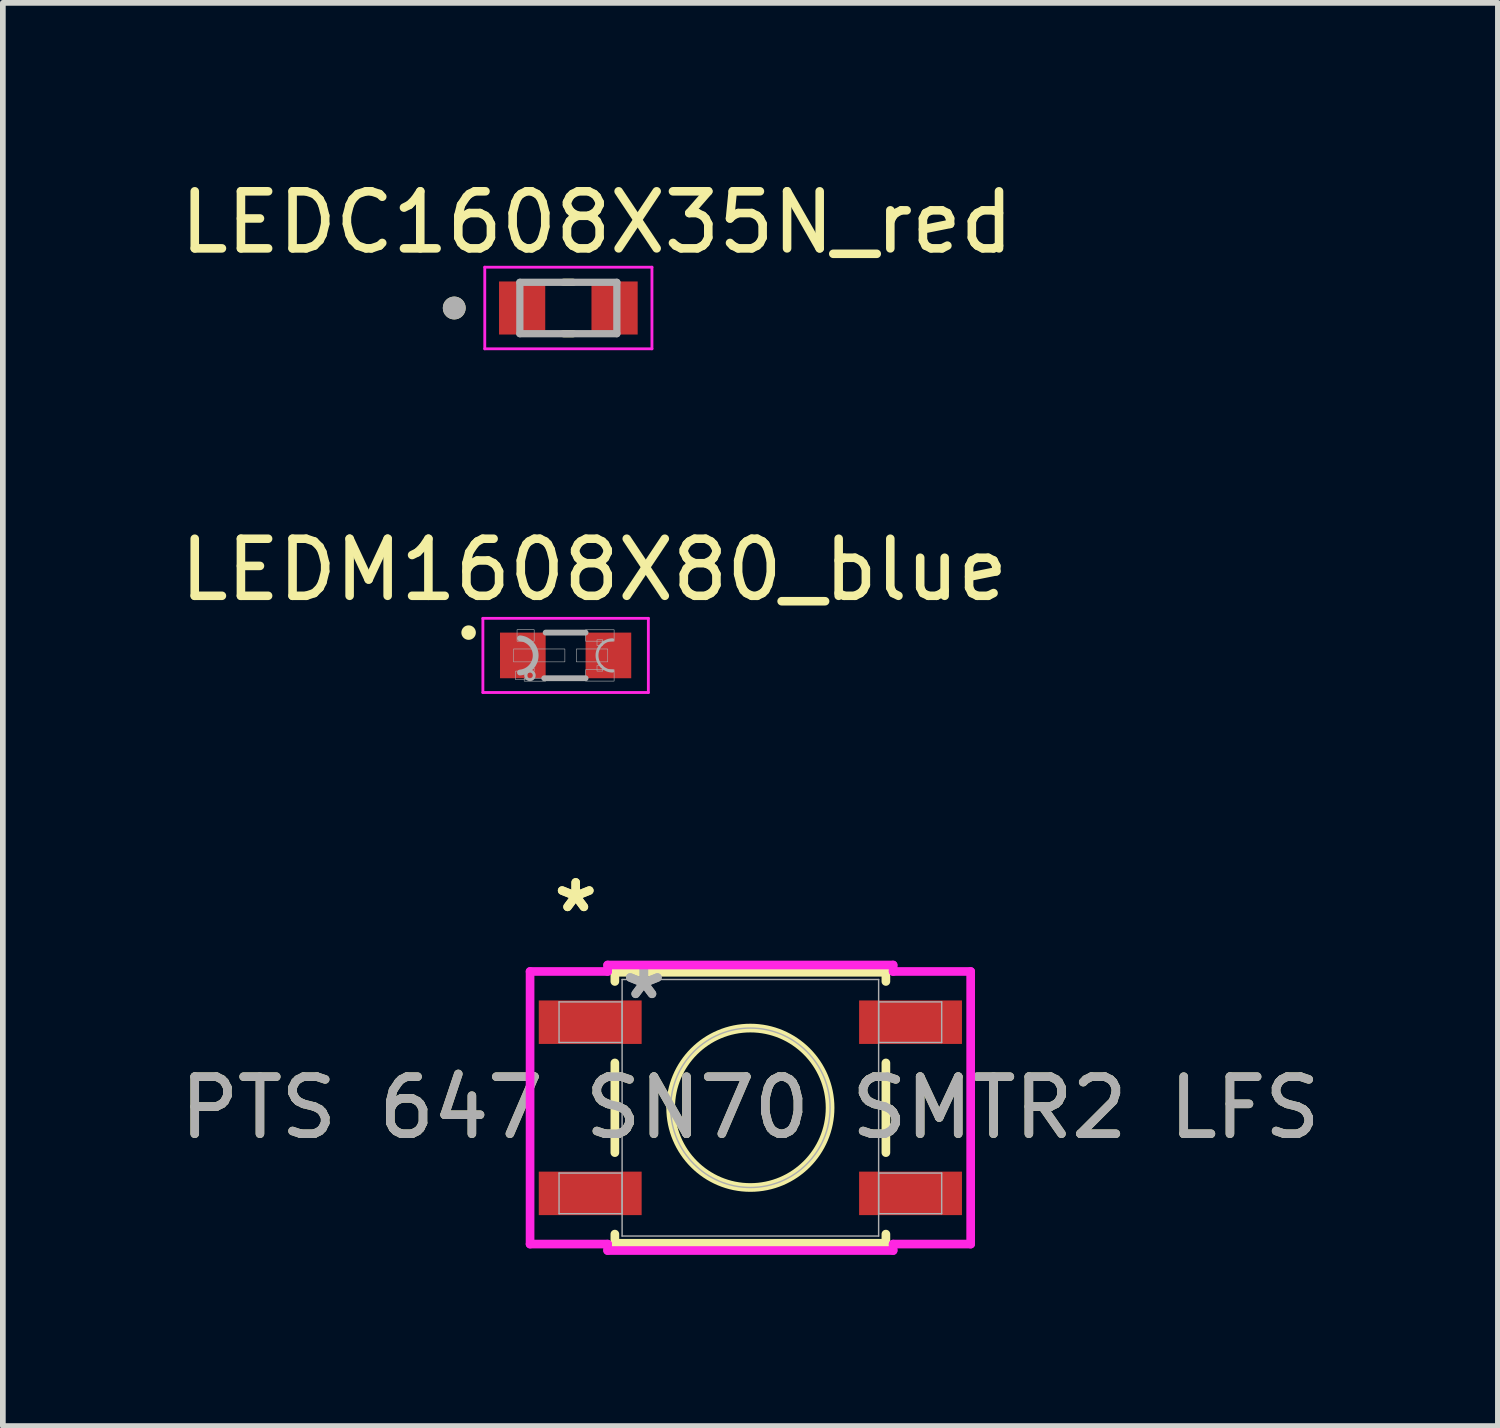
<source format=kicad_pcb>
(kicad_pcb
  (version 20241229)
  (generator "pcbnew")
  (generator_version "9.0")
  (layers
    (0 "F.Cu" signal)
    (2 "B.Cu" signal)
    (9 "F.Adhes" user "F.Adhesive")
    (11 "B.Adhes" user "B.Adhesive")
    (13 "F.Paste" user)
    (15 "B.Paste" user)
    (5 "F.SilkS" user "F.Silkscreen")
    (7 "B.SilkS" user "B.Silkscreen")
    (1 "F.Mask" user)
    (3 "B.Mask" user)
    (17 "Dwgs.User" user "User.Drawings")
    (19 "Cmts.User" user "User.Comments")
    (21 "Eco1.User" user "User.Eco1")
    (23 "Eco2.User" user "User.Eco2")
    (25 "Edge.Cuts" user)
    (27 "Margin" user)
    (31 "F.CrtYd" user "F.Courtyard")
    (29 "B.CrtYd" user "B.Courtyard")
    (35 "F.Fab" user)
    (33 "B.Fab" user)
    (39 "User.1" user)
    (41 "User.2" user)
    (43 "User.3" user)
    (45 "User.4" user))
  (footprint "PTS 647 SN70 SMTR2 LFS"
    (layer "F.Cu")
    (at 10.101 16.365)
    (property "Reference" "PTS 647 SN70 SMTR2 LFS" (at 0 0 0) (unlocked yes) (layer "F.SilkS") (effects (font (size 1 1) (thickness 0.15))))
    (attr smd)
    (fp_line (start -2.375 -2.375) (end -2.375 -2.214) (stroke (width 0.152) (type solid)) (layer "F.SilkS"))
    (fp_line (start -2.375 -0.786) (end -2.375 0.786) (stroke (width 0.152) (type solid)) (layer "F.SilkS"))
    (fp_line (start -2.375 2.214) (end -2.375 2.375) (stroke (width 0.152) (type solid)) (layer "F.SilkS"))
    (fp_line (start -2.375 2.375) (end 2.375 2.375) (stroke (width 0.152) (type solid)) (layer "F.SilkS"))
    (fp_line (start 2.375 -2.375) (end -2.375 -2.375) (stroke (width 0.152) (type solid)) (layer "F.SilkS"))
    (fp_line (start 2.375 -2.214) (end 2.375 -2.375) (stroke (width 0.152) (type solid)) (layer "F.SilkS"))
    (fp_line (start 2.375 0.786) (end 2.375 -0.786) (stroke (width 0.152) (type solid)) (layer "F.SilkS"))
    (fp_line (start 2.375 2.375) (end 2.375 2.214) (stroke (width 0.152) (type solid)) (layer "F.SilkS"))
    (fp_circle (center 0 0) (end 1.397 0) (stroke (width 0.152) (type solid)) (fill no) (layer "F.SilkS"))
    (fp_line (start -3.861 -2.389) (end -2.502 -2.389) (stroke (width 0.152) (type solid)) (layer "F.CrtYd"))
    (fp_line (start -3.861 2.389) (end -3.861 -2.389) (stroke (width 0.152) (type solid)) (layer "F.CrtYd"))
    (fp_line (start -2.502 -2.502) (end 2.502 -2.502) (stroke (width 0.152) (type solid)) (layer "F.CrtYd"))
    (fp_line (start -2.502 -2.389) (end -2.502 -2.502) (stroke (width 0.152) (type solid)) (layer "F.CrtYd"))
    (fp_line (start -2.502 2.389) (end -3.861 2.389) (stroke (width 0.152) (type solid)) (layer "F.CrtYd"))
    (fp_line (start -2.502 2.502) (end -2.502 2.389) (stroke (width 0.152) (type solid)) (layer "F.CrtYd"))
    (fp_line (start 2.502 -2.502) (end 2.502 -2.389) (stroke (width 0.152) (type solid)) (layer "F.CrtYd"))
    (fp_line (start 2.502 -2.389) (end 3.861 -2.389) (stroke (width 0.152) (type solid)) (layer "F.CrtYd"))
    (fp_line (start 2.502 2.389) (end 2.502 2.502) (stroke (width 0.152) (type solid)) (layer "F.CrtYd"))
    (fp_line (start 2.502 2.502) (end -2.502 2.502) (stroke (width 0.152) (type solid)) (layer "F.CrtYd"))
    (fp_line (start 3.861 -2.389) (end 3.861 2.389) (stroke (width 0.152) (type solid)) (layer "F.CrtYd"))
    (fp_line (start 3.861 2.389) (end 2.502 2.389) (stroke (width 0.152) (type solid)) (layer "F.CrtYd"))
    (fp_line (start -3.353 -1.856) (end -3.353 -1.144) (stroke (width 0.025) (type solid)) (layer "F.Fab"))
    (fp_line (start -3.353 -1.144) (end -2.248 -1.144) (stroke (width 0.025) (type solid)) (layer "F.Fab"))
    (fp_line (start -3.353 1.144) (end -3.353 1.856) (stroke (width 0.025) (type solid)) (layer "F.Fab"))
    (fp_line (start -3.353 1.856) (end -2.248 1.856) (stroke (width 0.025) (type solid)) (layer "F.Fab"))
    (fp_line (start -2.248 -2.248) (end -2.248 2.248) (stroke (width 0.025) (type solid)) (layer "F.Fab"))
    (fp_line (start -2.248 -1.856) (end -3.353 -1.856) (stroke (width 0.025) (type solid)) (layer "F.Fab"))
    (fp_line (start -2.248 -1.144) (end -2.248 -1.856) (stroke (width 0.025) (type solid)) (layer "F.Fab"))
    (fp_line (start -2.248 1.144) (end -3.353 1.144) (stroke (width 0.025) (type solid)) (layer "F.Fab"))
    (fp_line (start -2.248 1.856) (end -2.248 1.144) (stroke (width 0.025) (type solid)) (layer "F.Fab"))
    (fp_line (start -2.248 2.248) (end 2.248 2.248) (stroke (width 0.025) (type solid)) (layer "F.Fab"))
    (fp_line (start 2.248 -2.248) (end -2.248 -2.248) (stroke (width 0.025) (type solid)) (layer "F.Fab"))
    (fp_line (start 2.248 -1.856) (end 2.248 -1.144) (stroke (width 0.025) (type solid)) (layer "F.Fab"))
    (fp_line (start 2.248 -1.144) (end 3.353 -1.144) (stroke (width 0.025) (type solid)) (layer "F.Fab"))
    (fp_line (start 2.248 1.144) (end 2.248 1.856) (stroke (width 0.025) (type solid)) (layer "F.Fab"))
    (fp_line (start 2.248 1.856) (end 3.353 1.856) (stroke (width 0.025) (type solid)) (layer "F.Fab"))
    (fp_line (start 2.248 2.248) (end 2.248 -2.248) (stroke (width 0.025) (type solid)) (layer "F.Fab"))
    (fp_line (start 3.353 -1.856) (end 2.248 -1.856) (stroke (width 0.025) (type solid)) (layer "F.Fab"))
    (fp_line (start 3.353 -1.144) (end 3.353 -1.856) (stroke (width 0.025) (type solid)) (layer "F.Fab"))
    (fp_line (start 3.353 1.144) (end 2.248 1.144) (stroke (width 0.025) (type solid)) (layer "F.Fab"))
    (fp_line (start 3.353 1.856) (end 3.353 1.144) (stroke (width 0.025) (type solid)) (layer "F.Fab"))
    (fp_circle (center 0 0) (end 1.397 0) (stroke (width 0.025) (type solid)) (fill no) (layer "F.Fab"))
    (fp_text user "*" (at -3.061 -3.405 0) (layer "F.SilkS") (effects (font (size 1 1) (thickness 0.15))))
    (fp_text user "*" (at -3.061 -3.405 0) (unlocked yes) (layer "F.SilkS") (effects (font (size 1 1) (thickness 0.15))))
    (fp_text user "*" (at -1.867 -1.881 0) (layer "F.Fab") (effects (font (size 1 1) (thickness 0.15))))
    (fp_text user "*" (at -1.867 -1.881 0) (unlocked yes) (layer "F.Fab") (effects (font (size 1 1) (thickness 0.15))))
    (fp_text user "${REFERENCE}" (at 0 0 0) (unlocked yes) (layer "F.Fab") (effects (font (size 1 1) (thickness 0.15))))
    (pad "1" smd rect (at -2.807 -1.5) (size 1.803 0.762) (layers "F.Cu" "F.Mask" "F.Paste"))
    (pad "2" smd rect (at -2.807 1.5) (size 1.803 0.762) (layers "F.Cu" "F.Mask" "F.Paste"))
    (pad "3" smd rect (at 2.807 1.5) (size 1.803 0.762) (layers "F.Cu" "F.Mask" "F.Paste"))
    (pad "4" smd rect (at 2.807 -1.5) (size 1.803 0.762) (layers "F.Cu" "F.Mask" "F.Paste")))
  (footprint "LEDC1608X35N_red"
    (layer "F.Cu")
    (at 6.911 2.348)
    (property "Reference" "LEDC1608X35N_red" (at 0.5 -1.5 0) (layer "F.SilkS") (effects (font (size 1 1) (thickness 0.15))))
    (attr smd)
    (fp_line (start -0.085 -0.45) (end 0.085 -0.45) (stroke (width 0.127) (type solid)) (layer "F.SilkS"))
    (fp_line (start 0.085 0.45) (end -0.085 0.45) (stroke (width 0.127) (type solid)) (layer "F.SilkS"))
    (fp_circle (center -2 0) (end -1.9 0) (stroke (width 0.2) (type solid)) (fill no) (layer "F.SilkS"))
    (fp_line (start -1.465 -0.715) (end 1.465 -0.715) (stroke (width 0.05) (type solid)) (layer "F.CrtYd"))
    (fp_line (start -1.465 0.715) (end -1.465 -0.715) (stroke (width 0.05) (type solid)) (layer "F.CrtYd"))
    (fp_line (start 1.465 -0.715) (end 1.465 0.715) (stroke (width 0.05) (type solid)) (layer "F.CrtYd"))
    (fp_line (start 1.465 0.715) (end -1.465 0.715) (stroke (width 0.05) (type solid)) (layer "F.CrtYd"))
    (fp_line (start -0.85 -0.45) (end 0.85 -0.45) (stroke (width 0.127) (type solid)) (layer "F.Fab"))
    (fp_line (start -0.85 0.45) (end -0.85 -0.45) (stroke (width 0.127) (type solid)) (layer "F.Fab"))
    (fp_line (start 0.85 -0.45) (end 0.85 0.45) (stroke (width 0.127) (type solid)) (layer "F.Fab"))
    (fp_line (start 0.85 0.45) (end -0.85 0.45) (stroke (width 0.127) (type solid)) (layer "F.Fab"))
    (fp_circle (center -2 0) (end -1.9 0) (stroke (width 0.2) (type solid)) (fill no) (layer "F.Fab"))
    (pad "A" smd rect (at 0.81 0) (size 0.81 0.93) (layers "F.Cu" "F.Mask" "F.Paste"))
    (pad "C" smd rect (at -0.81 0) (size 0.81 0.93) (layers "F.Cu" "F.Mask" "F.Paste")))
  (footprint "LEDM1608X80_blue"
    (layer "F.Cu")
    (at 6.863 8.437)
    (property "Reference" "LEDM1608X80_blue" (at 0.5 -1.5 0) (layer "F.SilkS") (effects (font (size 1 1) (thickness 0.15))))
    (attr smd)
    (fp_circle (center -1.7 -0.4) (end -1.573 -0.4) (stroke (width 0) (type solid)) (fill yes) (layer "F.SilkS"))
    (fp_line (start -1.45 -0.65) (end 1.45 -0.65) (stroke (width 0.05) (type solid)) (layer "F.CrtYd"))
    (fp_line (start -1.45 0.65) (end -1.45 -0.65) (stroke (width 0.05) (type solid)) (layer "F.CrtYd"))
    (fp_line (start 1.45 -0.65) (end 1.45 0.65) (stroke (width 0.05) (type solid)) (layer "F.CrtYd"))
    (fp_line (start 1.45 0.65) (end -1.45 0.65) (stroke (width 0.05) (type solid)) (layer "F.CrtYd"))
    (fp_line (start -0.375 0.4) (end 0.35 0.4) (stroke (width 0.102) (type solid)) (layer "F.Fab"))
    (fp_line (start -0.35 -0.4) (end 0.35 -0.4) (stroke (width 0.102) (type solid)) (layer "F.Fab"))
    (fp_arc (start -0.8 -0.3) (mid -0.524966 0) (end -0.8 0.3) (stroke (width 0.1016) (type solid)) (layer "F.Fab"))
    (fp_arc (start 0.825 0.275) (mid 0.55 0) (end 0.825 -0.275) (stroke (width 0.0508) (type solid)) (layer "F.Fab"))
    (fp_circle (center -0.625 0.35) (end -0.55 0.35) (stroke (width 0.051) (type solid)) (fill no) (layer "F.Fab"))
    (fp_poly (pts (xy -0.913 -0.113) (xy -0.013 -0.113) (xy -0.013 0.113) (xy -0.913 0.113)) (stroke (width 0.01) (type solid)) (fill no) (layer "F.Fab"))
    (fp_poly (pts (xy -0.877 0.275) (xy -0.675 0.275) (xy -0.675 0.426) (xy -0.877 0.426)) (stroke (width 0.01) (type solid)) (fill no) (layer "F.Fab"))
    (fp_poly (pts (xy -0.851 -0.451) (xy -0.551 -0.451) (xy -0.551 -0.249) (xy -0.851 -0.249)) (stroke (width 0.01) (type solid)) (fill no) (layer "F.Fab"))
    (fp_poly (pts (xy -0.726 0.4) (xy -0.35 0.4) (xy -0.35 0.451) (xy -0.726 0.451)) (stroke (width 0.01) (type solid)) (fill no) (layer "F.Fab"))
    (fp_poly (pts (xy -0.601 0.225) (xy -0.55 0.225) (xy -0.55 0.275) (xy -0.601 0.275)) (stroke (width 0.01) (type solid)) (fill no) (layer "F.Fab"))
    (fp_poly (pts (xy 0.188 -0.113) (xy 0.738 -0.113) (xy 0.738 0.113) (xy 0.188 0.113)) (stroke (width 0.01) (type solid)) (fill no) (layer "F.Fab"))
    (fp_poly (pts (xy 0.35 0.25) (xy 0.85 0.25) (xy 0.85 0.45) (xy 0.35 0.45)) (stroke (width 0.01) (type solid)) (fill no) (layer "F.Fab"))
    (fp_poly (pts (xy 0.35 -0.45) (xy 0.85 -0.45) (xy 0.85 -0.25) (xy 0.35 -0.25)) (stroke (width 0.01) (type solid)) (fill no) (layer "F.Fab"))
    (fp_poly (pts (xy 0.55 0.176) (xy 0.651 0.176) (xy 0.651 0.275) (xy 0.55 0.275)) (stroke (width 0.01) (type solid)) (fill no) (layer "F.Fab"))
    (fp_poly (pts (xy 0.55 -0.275) (xy 0.65 -0.275) (xy 0.65 -0.175) (xy 0.55 -0.175)) (stroke (width 0.01) (type solid)) (fill no) (layer "F.Fab"))
    (pad "A" smd rect (at 0.75 0) (size 0.8 0.8) (layers "F.Cu" "F.Mask" "F.Paste"))
    (pad "C" smd rect (at -0.75 0) (size 0.8 0.8) (layers "F.Cu" "F.Mask" "F.Paste")))
  (gr_rect
    (start -3 -3)
    (end 23.202 21.943)
    (stroke (width 0.1) (type default))
    (fill no)
    (layer "Edge.Cuts")))
</source>
